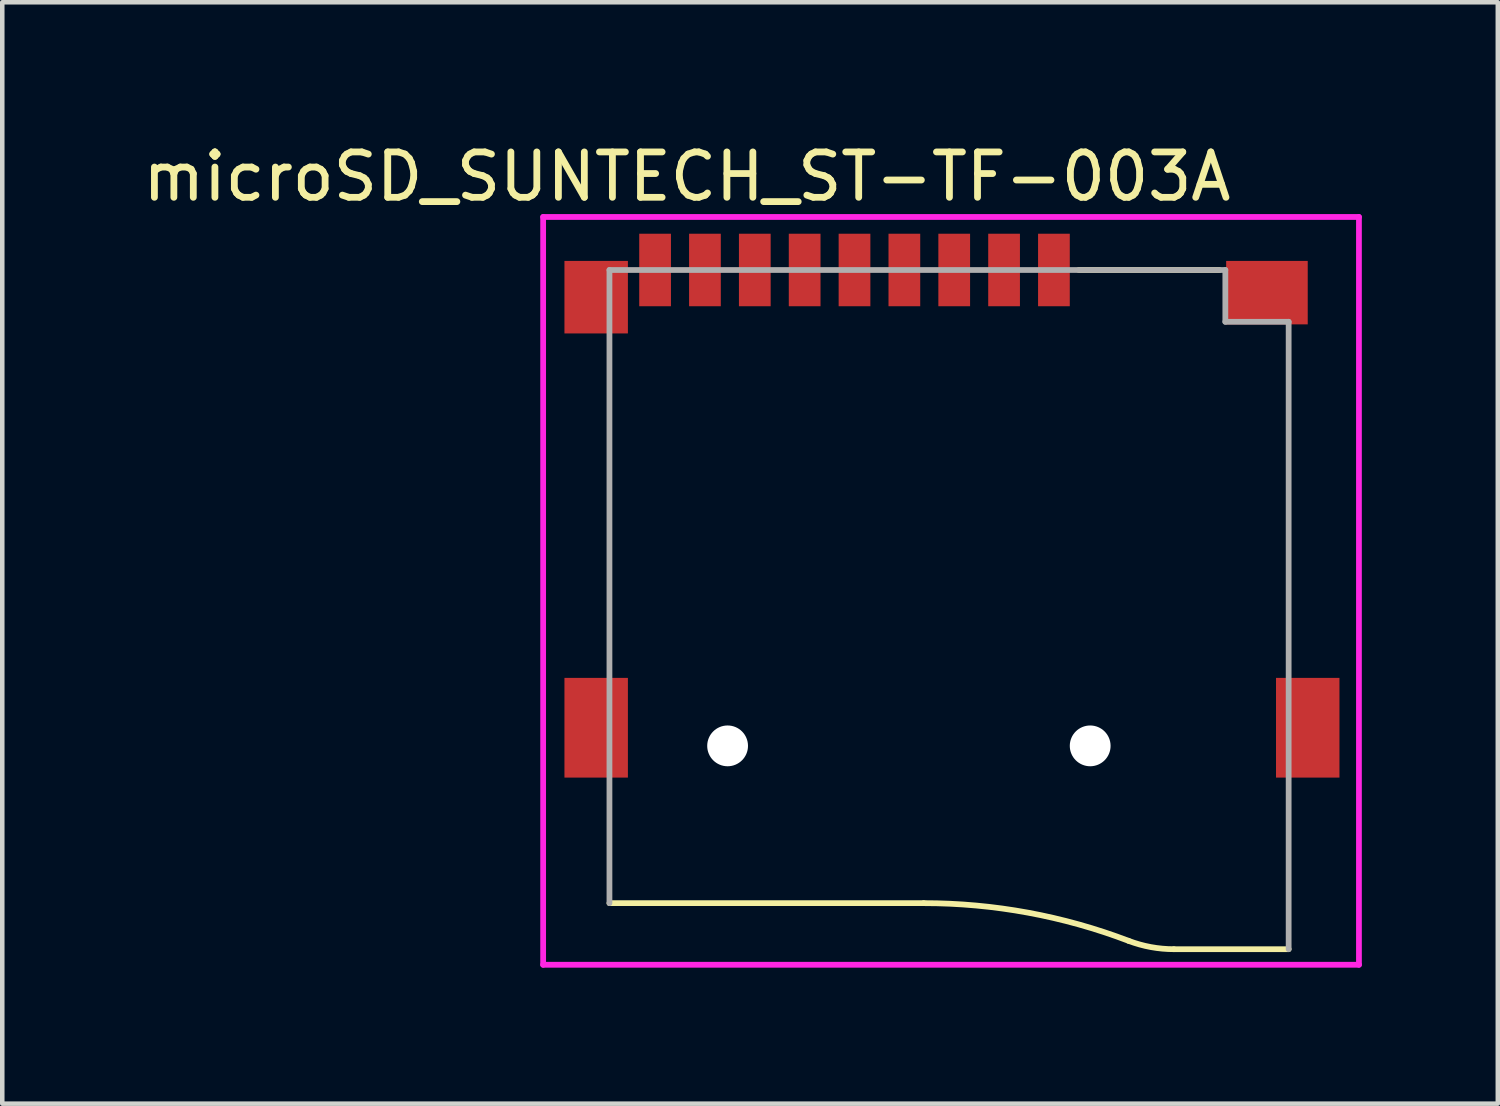
<source format=kicad_pcb>
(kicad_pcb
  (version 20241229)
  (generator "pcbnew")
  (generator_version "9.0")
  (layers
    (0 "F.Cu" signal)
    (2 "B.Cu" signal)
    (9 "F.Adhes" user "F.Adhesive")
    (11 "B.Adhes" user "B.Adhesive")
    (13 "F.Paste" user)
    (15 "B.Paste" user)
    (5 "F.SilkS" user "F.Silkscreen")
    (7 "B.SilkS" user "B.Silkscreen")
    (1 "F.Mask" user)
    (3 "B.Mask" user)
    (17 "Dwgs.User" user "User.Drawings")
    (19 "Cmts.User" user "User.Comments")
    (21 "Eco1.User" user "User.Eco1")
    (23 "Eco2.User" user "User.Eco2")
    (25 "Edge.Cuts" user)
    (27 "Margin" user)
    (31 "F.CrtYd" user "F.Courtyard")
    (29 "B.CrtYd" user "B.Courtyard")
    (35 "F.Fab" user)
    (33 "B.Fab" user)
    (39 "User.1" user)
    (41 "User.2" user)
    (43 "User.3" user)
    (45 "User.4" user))
  (footprint "microSD_SUNTECH_ST-TF-003A"
    (layer "F.Cu")
    (at 16.684 8.237)
    (property "Reference" "microSD_SUNTECH_ST-TF-003A" (at -4.577 -7.389 0) (layer "F.SilkS") (effects (font (size 1.001 1.001) (thickness 0.15))))
    (attr smd)
    (fp_line (start 0.647 8.64) (end -6.287 8.64) (stroke (width 0.127) (type solid)) (layer "F.SilkS"))
    (fp_line (start 7.17 -5.33) (end 4.07 -5.33) (stroke (width 0.127) (type solid)) (layer "F.SilkS"))
    (fp_line (start 8.699 9.656) (end 6.168 9.656) (stroke (width 0.127) (type solid)) (layer "F.SilkS"))
    (fp_arc (start 0.6469 8.64) (mid 2.945408 8.849734) (end 5.168 9.472) (stroke (width 0.127) (type solid)) (layer "F.SilkS"))
    (fp_arc (start 6.1679 9.656) (mid 5.659555 9.609621) (end 5.168 9.472) (stroke (width 0.127) (type solid)) (layer "F.SilkS"))
    (fp_line (start -7.75 -6.5) (end 10.25 -6.5) (stroke (width 0.127) (type solid)) (layer "F.CrtYd"))
    (fp_line (start -7.75 10) (end -7.75 -6.5) (stroke (width 0.127) (type solid)) (layer "F.CrtYd"))
    (fp_line (start 10.25 -6.5) (end 10.25 10) (stroke (width 0.127) (type solid)) (layer "F.CrtYd"))
    (fp_line (start 10.25 10) (end -7.75 10) (stroke (width 0.127) (type solid)) (layer "F.CrtYd"))
    (fp_line (start -6.287 -5.33) (end 7.302 -5.33) (stroke (width 0.127) (type solid)) (layer "F.Fab"))
    (fp_line (start -6.287 8.64) (end -6.287 -5.33) (stroke (width 0.127) (type solid)) (layer "F.Fab"))
    (fp_line (start 7.302 -5.33) (end 7.302 -4.187) (stroke (width 0.127) (type solid)) (layer "F.Fab"))
    (fp_line (start 7.302 -4.187) (end 8.699 -4.187) (stroke (width 0.127) (type solid)) (layer "F.Fab"))
    (fp_line (start 8.699 -4.187) (end 8.699 9.656) (stroke (width 0.127) (type solid)) (layer "F.Fab"))
    (pad "" np_thru_hole circle (at -3.68 5.17) (size 0.9 0.9) (drill 0.9) (layers "*.Cu" "*.Mask"))
    (pad "" np_thru_hole circle (at 4.32 5.17) (size 0.9 0.9) (drill 0.9) (layers "*.Cu" "*.Mask"))
    (pad "1" smd rect (at 3.52 -5.33 270) (size 1.6 0.7) (layers "F.Cu" "F.Mask" "F.Paste"))
    (pad "2" smd rect (at 2.42 -5.33 270) (size 1.6 0.7) (layers "F.Cu" "F.Mask" "F.Paste"))
    (pad "3" smd rect (at 1.32 -5.33 270) (size 1.6 0.7) (layers "F.Cu" "F.Mask" "F.Paste"))
    (pad "4" smd rect (at 0.22 -5.33 270) (size 1.6 0.7) (layers "F.Cu" "F.Mask" "F.Paste"))
    (pad "5" smd rect (at -0.88 -5.33 270) (size 1.6 0.7) (layers "F.Cu" "F.Mask" "F.Paste"))
    (pad "6" smd rect (at -1.98 -5.33 270) (size 1.6 0.7) (layers "F.Cu" "F.Mask" "F.Paste"))
    (pad "7" smd rect (at -3.08 -5.33 270) (size 1.6 0.7) (layers "F.Cu" "F.Mask" "F.Paste"))
    (pad "8" smd rect (at -4.18 -5.33 270) (size 1.6 0.7) (layers "F.Cu" "F.Mask" "F.Paste"))
    (pad "9" smd rect (at -5.28 -5.33 270) (size 1.6 0.7) (layers "F.Cu" "F.Mask" "F.Paste"))
    (pad "G1" smd rect (at -6.58 -4.73 270) (size 1.6 1.4) (layers "F.Cu" "F.Mask" "F.Paste"))
    (pad "G2" smd rect (at -6.58 4.77 270) (size 2.2 1.4) (layers "F.Cu" "F.Mask" "F.Paste"))
    (pad "G3" smd rect (at 9.12 4.77 270) (size 2.2 1.4) (layers "F.Cu" "F.Mask" "F.Paste"))
    (pad "G4" smd rect (at 8.22 -4.83 270) (size 1.4 1.8) (layers "F.Cu" "F.Mask" "F.Paste"))
    (zone (net_name "") (layer "F.Cu") (hatch full 0.508) (connect_pads) (min_thickness 0.01) (filled_areas_thickness no) (keepout (tracks not_allowed) (vias not_allowed) (pads not_allowed) (copperpour not_allowed) (footprints allowed)) (placement (enabled no)) (fill) (polygon (pts (xy 15.353 3.807) (xy 17.354 3.807) (xy 17.354 12.812) (xy 15.353 12.812)))))
  (gr_rect
    (start -3 -3)
    (end 29.998 21.301)
    (stroke (width 0.1) (type default))
    (fill no)
    (layer "Edge.Cuts")))
</source>
